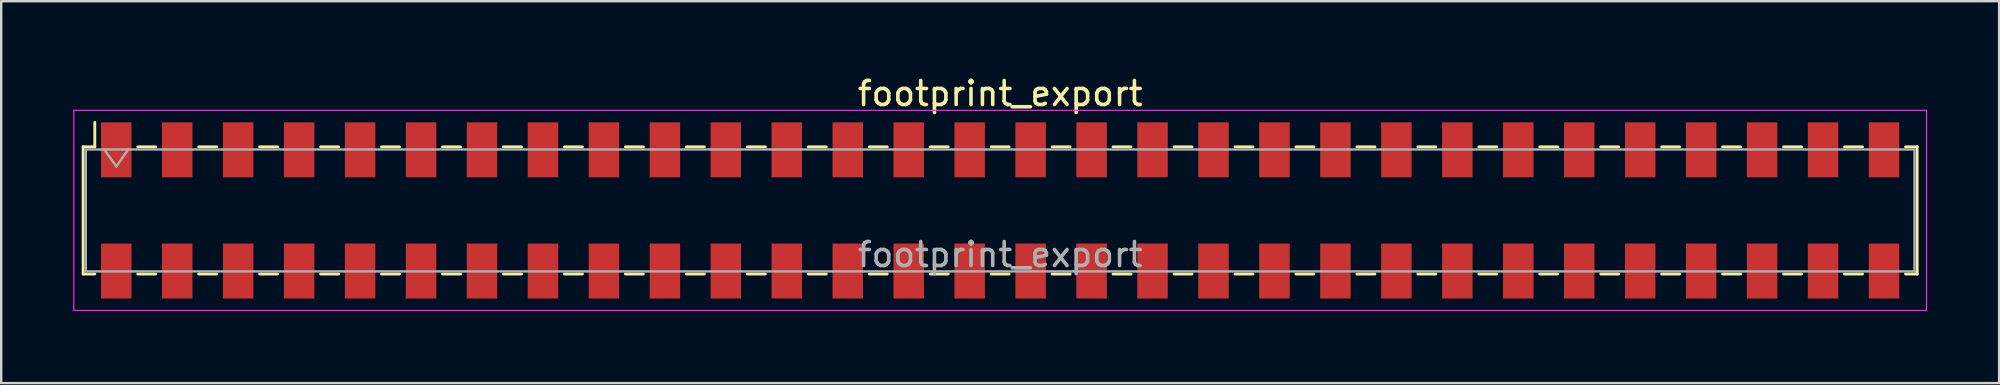
<source format=kicad_pcb>
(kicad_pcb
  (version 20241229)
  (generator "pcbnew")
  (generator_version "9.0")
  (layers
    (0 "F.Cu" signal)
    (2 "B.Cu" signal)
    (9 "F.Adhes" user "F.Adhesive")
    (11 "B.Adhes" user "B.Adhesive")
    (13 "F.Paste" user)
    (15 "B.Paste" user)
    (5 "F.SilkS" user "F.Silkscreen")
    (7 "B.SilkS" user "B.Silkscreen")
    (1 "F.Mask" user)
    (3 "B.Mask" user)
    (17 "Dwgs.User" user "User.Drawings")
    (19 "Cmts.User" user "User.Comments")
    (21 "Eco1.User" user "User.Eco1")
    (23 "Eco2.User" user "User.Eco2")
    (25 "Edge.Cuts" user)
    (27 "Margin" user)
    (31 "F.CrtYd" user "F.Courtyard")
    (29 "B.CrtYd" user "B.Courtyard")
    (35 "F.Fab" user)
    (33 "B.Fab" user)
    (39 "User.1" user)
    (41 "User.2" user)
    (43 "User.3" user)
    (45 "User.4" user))
  (footprint "footprint_export"
    (layer "F.Cu")
    (at 38.625 5.718)
    (property "Reference" "footprint_export" (at 0 -4.87 0) (layer "F.SilkS") (effects (font (size 1 1) (thickness 0.15))))
    (attr smd)
    (fp_line (start -38.21 -2.65) (end -38.21 2.65) (stroke (width 0.12) (type solid)) (layer "F.SilkS"))
    (fp_line (start -38.21 2.65) (end -37.725 2.65) (stroke (width 0.12) (type solid)) (layer "F.SilkS"))
    (fp_line (start -37.725 -3.67) (end -37.725 -2.65) (stroke (width 0.12) (type solid)) (layer "F.SilkS"))
    (fp_line (start -37.725 -2.65) (end -38.21 -2.65) (stroke (width 0.12) (type solid)) (layer "F.SilkS"))
    (fp_line (start -35.935 -2.65) (end -35.185 -2.65) (stroke (width 0.12) (type solid)) (layer "F.SilkS"))
    (fp_line (start -35.935 2.65) (end -35.185 2.65) (stroke (width 0.12) (type solid)) (layer "F.SilkS"))
    (fp_line (start -33.395 -2.65) (end -32.645 -2.65) (stroke (width 0.12) (type solid)) (layer "F.SilkS"))
    (fp_line (start -33.395 2.65) (end -32.645 2.65) (stroke (width 0.12) (type solid)) (layer "F.SilkS"))
    (fp_line (start -30.855 -2.65) (end -30.105 -2.65) (stroke (width 0.12) (type solid)) (layer "F.SilkS"))
    (fp_line (start -30.855 2.65) (end -30.105 2.65) (stroke (width 0.12) (type solid)) (layer "F.SilkS"))
    (fp_line (start -28.315 -2.65) (end -27.565 -2.65) (stroke (width 0.12) (type solid)) (layer "F.SilkS"))
    (fp_line (start -28.315 2.65) (end -27.565 2.65) (stroke (width 0.12) (type solid)) (layer "F.SilkS"))
    (fp_line (start -25.775 -2.65) (end -25.025 -2.65) (stroke (width 0.12) (type solid)) (layer "F.SilkS"))
    (fp_line (start -25.775 2.65) (end -25.025 2.65) (stroke (width 0.12) (type solid)) (layer "F.SilkS"))
    (fp_line (start -23.235 -2.65) (end -22.485 -2.65) (stroke (width 0.12) (type solid)) (layer "F.SilkS"))
    (fp_line (start -23.235 2.65) (end -22.485 2.65) (stroke (width 0.12) (type solid)) (layer "F.SilkS"))
    (fp_line (start -20.695 -2.65) (end -19.945 -2.65) (stroke (width 0.12) (type solid)) (layer "F.SilkS"))
    (fp_line (start -20.695 2.65) (end -19.945 2.65) (stroke (width 0.12) (type solid)) (layer "F.SilkS"))
    (fp_line (start -18.155 -2.65) (end -17.405 -2.65) (stroke (width 0.12) (type solid)) (layer "F.SilkS"))
    (fp_line (start -18.155 2.65) (end -17.405 2.65) (stroke (width 0.12) (type solid)) (layer "F.SilkS"))
    (fp_line (start -15.615 -2.65) (end -14.865 -2.65) (stroke (width 0.12) (type solid)) (layer "F.SilkS"))
    (fp_line (start -15.615 2.65) (end -14.865 2.65) (stroke (width 0.12) (type solid)) (layer "F.SilkS"))
    (fp_line (start -13.075 -2.65) (end -12.325 -2.65) (stroke (width 0.12) (type solid)) (layer "F.SilkS"))
    (fp_line (start -13.075 2.65) (end -12.325 2.65) (stroke (width 0.12) (type solid)) (layer "F.SilkS"))
    (fp_line (start -10.535 -2.65) (end -9.785 -2.65) (stroke (width 0.12) (type solid)) (layer "F.SilkS"))
    (fp_line (start -10.535 2.65) (end -9.785 2.65) (stroke (width 0.12) (type solid)) (layer "F.SilkS"))
    (fp_line (start -7.995 -2.65) (end -7.245 -2.65) (stroke (width 0.12) (type solid)) (layer "F.SilkS"))
    (fp_line (start -7.995 2.65) (end -7.245 2.65) (stroke (width 0.12) (type solid)) (layer "F.SilkS"))
    (fp_line (start -5.455 -2.65) (end -4.705 -2.65) (stroke (width 0.12) (type solid)) (layer "F.SilkS"))
    (fp_line (start -5.455 2.65) (end -4.705 2.65) (stroke (width 0.12) (type solid)) (layer "F.SilkS"))
    (fp_line (start -2.915 -2.65) (end -2.165 -2.65) (stroke (width 0.12) (type solid)) (layer "F.SilkS"))
    (fp_line (start -2.915 2.65) (end -2.165 2.65) (stroke (width 0.12) (type solid)) (layer "F.SilkS"))
    (fp_line (start -0.375 -2.65) (end 0.375 -2.65) (stroke (width 0.12) (type solid)) (layer "F.SilkS"))
    (fp_line (start -0.375 2.65) (end 0.375 2.65) (stroke (width 0.12) (type solid)) (layer "F.SilkS"))
    (fp_line (start 2.165 -2.65) (end 2.915 -2.65) (stroke (width 0.12) (type solid)) (layer "F.SilkS"))
    (fp_line (start 2.165 2.65) (end 2.915 2.65) (stroke (width 0.12) (type solid)) (layer "F.SilkS"))
    (fp_line (start 4.705 -2.65) (end 5.455 -2.65) (stroke (width 0.12) (type solid)) (layer "F.SilkS"))
    (fp_line (start 4.705 2.65) (end 5.455 2.65) (stroke (width 0.12) (type solid)) (layer "F.SilkS"))
    (fp_line (start 7.245 -2.65) (end 7.995 -2.65) (stroke (width 0.12) (type solid)) (layer "F.SilkS"))
    (fp_line (start 7.245 2.65) (end 7.995 2.65) (stroke (width 0.12) (type solid)) (layer "F.SilkS"))
    (fp_line (start 9.785 -2.65) (end 10.535 -2.65) (stroke (width 0.12) (type solid)) (layer "F.SilkS"))
    (fp_line (start 9.785 2.65) (end 10.535 2.65) (stroke (width 0.12) (type solid)) (layer "F.SilkS"))
    (fp_line (start 12.325 -2.65) (end 13.075 -2.65) (stroke (width 0.12) (type solid)) (layer "F.SilkS"))
    (fp_line (start 12.325 2.65) (end 13.075 2.65) (stroke (width 0.12) (type solid)) (layer "F.SilkS"))
    (fp_line (start 14.865 -2.65) (end 15.615 -2.65) (stroke (width 0.12) (type solid)) (layer "F.SilkS"))
    (fp_line (start 14.865 2.65) (end 15.615 2.65) (stroke (width 0.12) (type solid)) (layer "F.SilkS"))
    (fp_line (start 17.405 -2.65) (end 18.155 -2.65) (stroke (width 0.12) (type solid)) (layer "F.SilkS"))
    (fp_line (start 17.405 2.65) (end 18.155 2.65) (stroke (width 0.12) (type solid)) (layer "F.SilkS"))
    (fp_line (start 19.945 -2.65) (end 20.695 -2.65) (stroke (width 0.12) (type solid)) (layer "F.SilkS"))
    (fp_line (start 19.945 2.65) (end 20.695 2.65) (stroke (width 0.12) (type solid)) (layer "F.SilkS"))
    (fp_line (start 22.485 -2.65) (end 23.235 -2.65) (stroke (width 0.12) (type solid)) (layer "F.SilkS"))
    (fp_line (start 22.485 2.65) (end 23.235 2.65) (stroke (width 0.12) (type solid)) (layer "F.SilkS"))
    (fp_line (start 25.025 -2.65) (end 25.775 -2.65) (stroke (width 0.12) (type solid)) (layer "F.SilkS"))
    (fp_line (start 25.025 2.65) (end 25.775 2.65) (stroke (width 0.12) (type solid)) (layer "F.SilkS"))
    (fp_line (start 27.565 -2.65) (end 28.315 -2.65) (stroke (width 0.12) (type solid)) (layer "F.SilkS"))
    (fp_line (start 27.565 2.65) (end 28.315 2.65) (stroke (width 0.12) (type solid)) (layer "F.SilkS"))
    (fp_line (start 30.105 -2.65) (end 30.855 -2.65) (stroke (width 0.12) (type solid)) (layer "F.SilkS"))
    (fp_line (start 30.105 2.65) (end 30.855 2.65) (stroke (width 0.12) (type solid)) (layer "F.SilkS"))
    (fp_line (start 32.645 -2.65) (end 33.395 -2.65) (stroke (width 0.12) (type solid)) (layer "F.SilkS"))
    (fp_line (start 32.645 2.65) (end 33.395 2.65) (stroke (width 0.12) (type solid)) (layer "F.SilkS"))
    (fp_line (start 35.185 -2.65) (end 35.935 -2.65) (stroke (width 0.12) (type solid)) (layer "F.SilkS"))
    (fp_line (start 35.185 2.65) (end 35.935 2.65) (stroke (width 0.12) (type solid)) (layer "F.SilkS"))
    (fp_line (start 37.725 -2.65) (end 38.21 -2.65) (stroke (width 0.12) (type solid)) (layer "F.SilkS"))
    (fp_line (start 38.21 -2.65) (end 38.21 2.65) (stroke (width 0.12) (type solid)) (layer "F.SilkS"))
    (fp_line (start 38.21 2.65) (end 37.725 2.65) (stroke (width 0.12) (type solid)) (layer "F.SilkS"))
    (fp_line (start -38.6 -4.17) (end 38.6 -4.17) (stroke (width 0.05) (type solid)) (layer "F.CrtYd"))
    (fp_line (start -38.6 4.17) (end -38.6 -4.17) (stroke (width 0.05) (type solid)) (layer "F.CrtYd"))
    (fp_line (start 38.6 -4.17) (end 38.6 4.17) (stroke (width 0.05) (type solid)) (layer "F.CrtYd"))
    (fp_line (start 38.6 4.17) (end -38.6 4.17) (stroke (width 0.05) (type solid)) (layer "F.CrtYd"))
    (fp_line (start -38.1 -2.54) (end 38.1 -2.54) (stroke (width 0.1) (type solid)) (layer "F.Fab"))
    (fp_line (start -38.1 2.54) (end -38.1 -2.54) (stroke (width 0.1) (type solid)) (layer "F.Fab"))
    (fp_line (start -37.33 -2.54) (end -36.83 -1.833) (stroke (width 0.1) (type solid)) (layer "F.Fab"))
    (fp_line (start -36.83 -1.833) (end -36.33 -2.54) (stroke (width 0.1) (type solid)) (layer "F.Fab"))
    (fp_line (start 38.1 -2.54) (end 38.1 2.54) (stroke (width 0.1) (type solid)) (layer "F.Fab"))
    (fp_line (start 38.1 2.54) (end -38.1 2.54) (stroke (width 0.1) (type solid)) (layer "F.Fab"))
    (fp_text user "${REFERENCE}" (at 0 1.84 0) (layer "F.Fab") (effects (font (size 1 1) (thickness 0.15))))
    (pad "1" smd rect (at -36.83 -2.525) (size 1.27 2.29) (layers "F.Cu" "F.Mask" "F.Paste"))
    (pad "2" smd rect (at -36.83 2.525) (size 1.27 2.29) (layers "F.Cu" "F.Mask" "F.Paste"))
    (pad "3" smd rect (at -34.29 -2.525) (size 1.27 2.29) (layers "F.Cu" "F.Mask" "F.Paste"))
    (pad "4" smd rect (at -34.29 2.525) (size 1.27 2.29) (layers "F.Cu" "F.Mask" "F.Paste"))
    (pad "5" smd rect (at -31.75 -2.525) (size 1.27 2.29) (layers "F.Cu" "F.Mask" "F.Paste"))
    (pad "6" smd rect (at -31.75 2.525) (size 1.27 2.29) (layers "F.Cu" "F.Mask" "F.Paste"))
    (pad "7" smd rect (at -29.21 -2.525) (size 1.27 2.29) (layers "F.Cu" "F.Mask" "F.Paste"))
    (pad "8" smd rect (at -29.21 2.525) (size 1.27 2.29) (layers "F.Cu" "F.Mask" "F.Paste"))
    (pad "9" smd rect (at -26.67 -2.525) (size 1.27 2.29) (layers "F.Cu" "F.Mask" "F.Paste"))
    (pad "10" smd rect (at -26.67 2.525) (size 1.27 2.29) (layers "F.Cu" "F.Mask" "F.Paste"))
    (pad "11" smd rect (at -24.13 -2.525) (size 1.27 2.29) (layers "F.Cu" "F.Mask" "F.Paste"))
    (pad "12" smd rect (at -24.13 2.525) (size 1.27 2.29) (layers "F.Cu" "F.Mask" "F.Paste"))
    (pad "13" smd rect (at -21.59 -2.525) (size 1.27 2.29) (layers "F.Cu" "F.Mask" "F.Paste"))
    (pad "14" smd rect (at -21.59 2.525) (size 1.27 2.29) (layers "F.Cu" "F.Mask" "F.Paste"))
    (pad "15" smd rect (at -19.05 -2.525) (size 1.27 2.29) (layers "F.Cu" "F.Mask" "F.Paste"))
    (pad "16" smd rect (at -19.05 2.525) (size 1.27 2.29) (layers "F.Cu" "F.Mask" "F.Paste"))
    (pad "17" smd rect (at -16.51 -2.525) (size 1.27 2.29) (layers "F.Cu" "F.Mask" "F.Paste"))
    (pad "18" smd rect (at -16.51 2.525) (size 1.27 2.29) (layers "F.Cu" "F.Mask" "F.Paste"))
    (pad "19" smd rect (at -13.97 -2.525) (size 1.27 2.29) (layers "F.Cu" "F.Mask" "F.Paste"))
    (pad "20" smd rect (at -13.97 2.525) (size 1.27 2.29) (layers "F.Cu" "F.Mask" "F.Paste"))
    (pad "21" smd rect (at -11.43 -2.525) (size 1.27 2.29) (layers "F.Cu" "F.Mask" "F.Paste"))
    (pad "22" smd rect (at -11.43 2.525) (size 1.27 2.29) (layers "F.Cu" "F.Mask" "F.Paste"))
    (pad "23" smd rect (at -8.89 -2.525) (size 1.27 2.29) (layers "F.Cu" "F.Mask" "F.Paste"))
    (pad "24" smd rect (at -8.89 2.525) (size 1.27 2.29) (layers "F.Cu" "F.Mask" "F.Paste"))
    (pad "25" smd rect (at -6.35 -2.525) (size 1.27 2.29) (layers "F.Cu" "F.Mask" "F.Paste"))
    (pad "26" smd rect (at -6.35 2.525) (size 1.27 2.29) (layers "F.Cu" "F.Mask" "F.Paste"))
    (pad "27" smd rect (at -3.81 -2.525) (size 1.27 2.29) (layers "F.Cu" "F.Mask" "F.Paste"))
    (pad "28" smd rect (at -3.81 2.525) (size 1.27 2.29) (layers "F.Cu" "F.Mask" "F.Paste"))
    (pad "29" smd rect (at -1.27 -2.525) (size 1.27 2.29) (layers "F.Cu" "F.Mask" "F.Paste"))
    (pad "30" smd rect (at -1.27 2.525) (size 1.27 2.29) (layers "F.Cu" "F.Mask" "F.Paste"))
    (pad "31" smd rect (at 1.27 -2.525) (size 1.27 2.29) (layers "F.Cu" "F.Mask" "F.Paste"))
    (pad "32" smd rect (at 1.27 2.525) (size 1.27 2.29) (layers "F.Cu" "F.Mask" "F.Paste"))
    (pad "33" smd rect (at 3.81 -2.525) (size 1.27 2.29) (layers "F.Cu" "F.Mask" "F.Paste"))
    (pad "34" smd rect (at 3.81 2.525) (size 1.27 2.29) (layers "F.Cu" "F.Mask" "F.Paste"))
    (pad "35" smd rect (at 6.35 -2.525) (size 1.27 2.29) (layers "F.Cu" "F.Mask" "F.Paste"))
    (pad "36" smd rect (at 6.35 2.525) (size 1.27 2.29) (layers "F.Cu" "F.Mask" "F.Paste"))
    (pad "37" smd rect (at 8.89 -2.525) (size 1.27 2.29) (layers "F.Cu" "F.Mask" "F.Paste"))
    (pad "38" smd rect (at 8.89 2.525) (size 1.27 2.29) (layers "F.Cu" "F.Mask" "F.Paste"))
    (pad "39" smd rect (at 11.43 -2.525) (size 1.27 2.29) (layers "F.Cu" "F.Mask" "F.Paste"))
    (pad "40" smd rect (at 11.43 2.525) (size 1.27 2.29) (layers "F.Cu" "F.Mask" "F.Paste"))
    (pad "41" smd rect (at 13.97 -2.525) (size 1.27 2.29) (layers "F.Cu" "F.Mask" "F.Paste"))
    (pad "42" smd rect (at 13.97 2.525) (size 1.27 2.29) (layers "F.Cu" "F.Mask" "F.Paste"))
    (pad "43" smd rect (at 16.51 -2.525) (size 1.27 2.29) (layers "F.Cu" "F.Mask" "F.Paste"))
    (pad "44" smd rect (at 16.51 2.525) (size 1.27 2.29) (layers "F.Cu" "F.Mask" "F.Paste"))
    (pad "45" smd rect (at 19.05 -2.525) (size 1.27 2.29) (layers "F.Cu" "F.Mask" "F.Paste"))
    (pad "46" smd rect (at 19.05 2.525) (size 1.27 2.29) (layers "F.Cu" "F.Mask" "F.Paste"))
    (pad "47" smd rect (at 21.59 -2.525) (size 1.27 2.29) (layers "F.Cu" "F.Mask" "F.Paste"))
    (pad "48" smd rect (at 21.59 2.525) (size 1.27 2.29) (layers "F.Cu" "F.Mask" "F.Paste"))
    (pad "49" smd rect (at 24.13 -2.525) (size 1.27 2.29) (layers "F.Cu" "F.Mask" "F.Paste"))
    (pad "50" smd rect (at 24.13 2.525) (size 1.27 2.29) (layers "F.Cu" "F.Mask" "F.Paste"))
    (pad "51" smd rect (at 26.67 -2.525) (size 1.27 2.29) (layers "F.Cu" "F.Mask" "F.Paste"))
    (pad "52" smd rect (at 26.67 2.525) (size 1.27 2.29) (layers "F.Cu" "F.Mask" "F.Paste"))
    (pad "53" smd rect (at 29.21 -2.525) (size 1.27 2.29) (layers "F.Cu" "F.Mask" "F.Paste"))
    (pad "54" smd rect (at 29.21 2.525) (size 1.27 2.29) (layers "F.Cu" "F.Mask" "F.Paste"))
    (pad "55" smd rect (at 31.75 -2.525) (size 1.27 2.29) (layers "F.Cu" "F.Mask" "F.Paste"))
    (pad "56" smd rect (at 31.75 2.525) (size 1.27 2.29) (layers "F.Cu" "F.Mask" "F.Paste"))
    (pad "57" smd rect (at 34.29 -2.525) (size 1.27 2.29) (layers "F.Cu" "F.Mask" "F.Paste"))
    (pad "58" smd rect (at 34.29 2.525) (size 1.27 2.29) (layers "F.Cu" "F.Mask" "F.Paste"))
    (pad "59" smd rect (at 36.83 -2.525) (size 1.27 2.29) (layers "F.Cu" "F.Mask" "F.Paste"))
    (pad "60" smd rect (at 36.83 2.525) (size 1.27 2.29) (layers "F.Cu" "F.Mask" "F.Paste")))
  (gr_rect
    (start -3 -3)
    (end 80.25 12.913)
    (stroke (width 0.1) (type default))
    (fill no)
    (layer "Edge.Cuts")))
</source>
